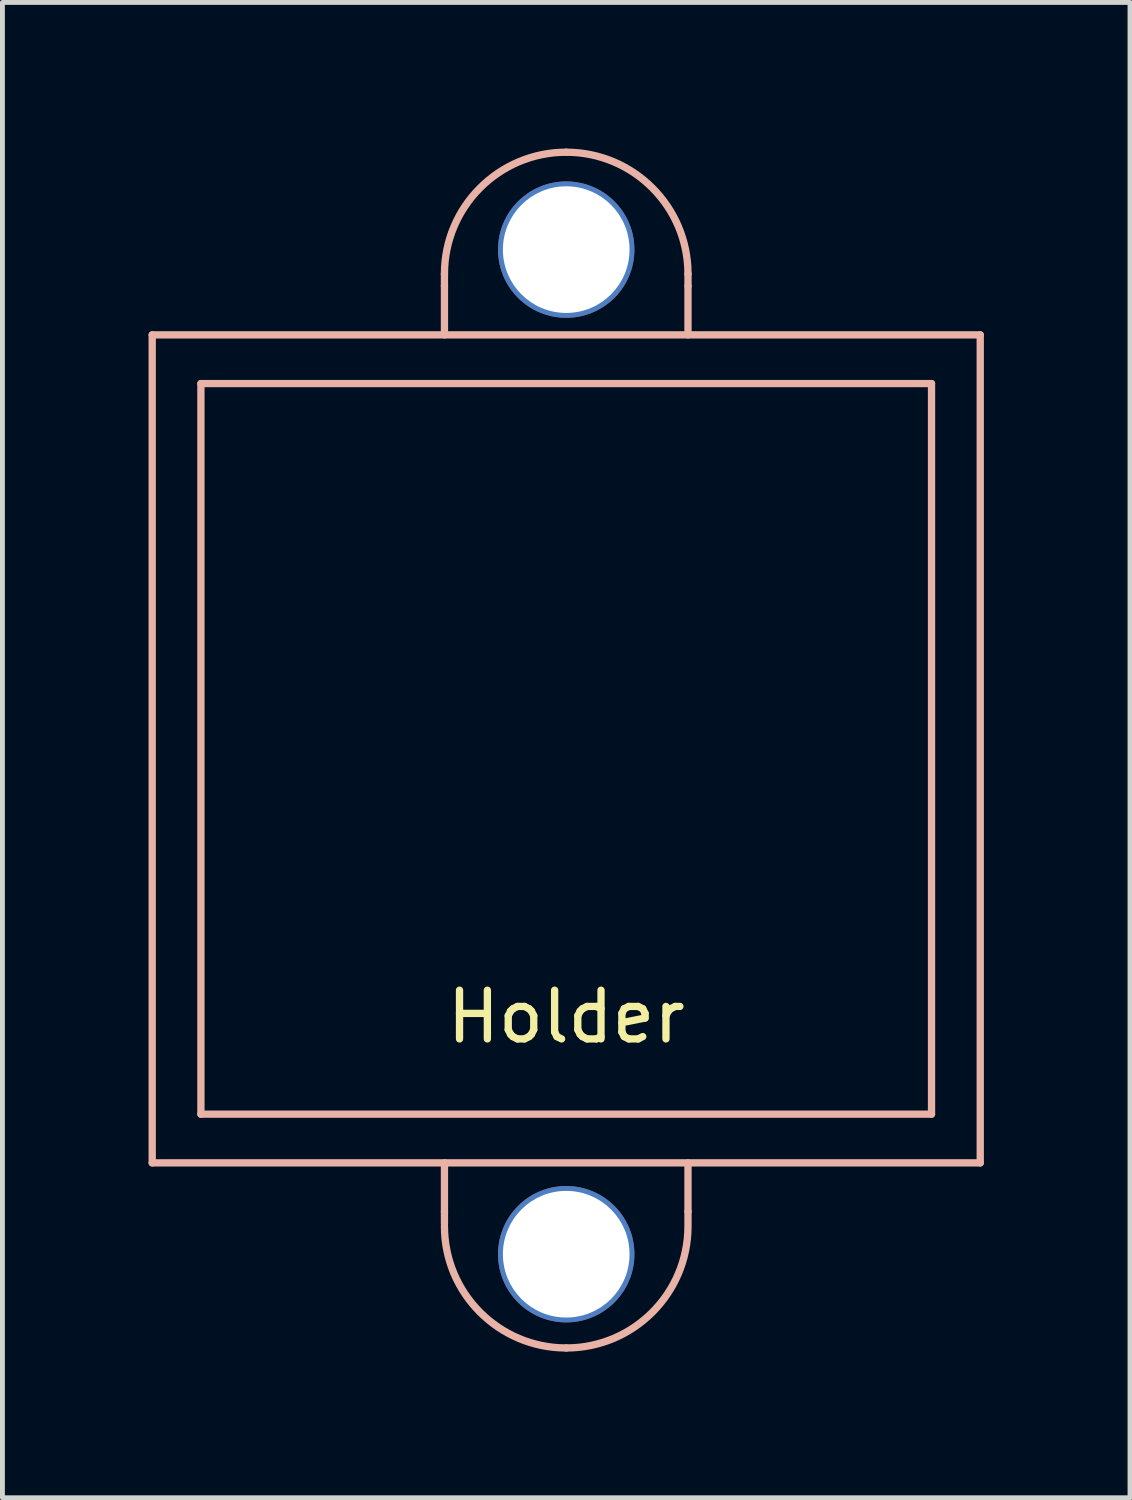
<source format=kicad_pcb>
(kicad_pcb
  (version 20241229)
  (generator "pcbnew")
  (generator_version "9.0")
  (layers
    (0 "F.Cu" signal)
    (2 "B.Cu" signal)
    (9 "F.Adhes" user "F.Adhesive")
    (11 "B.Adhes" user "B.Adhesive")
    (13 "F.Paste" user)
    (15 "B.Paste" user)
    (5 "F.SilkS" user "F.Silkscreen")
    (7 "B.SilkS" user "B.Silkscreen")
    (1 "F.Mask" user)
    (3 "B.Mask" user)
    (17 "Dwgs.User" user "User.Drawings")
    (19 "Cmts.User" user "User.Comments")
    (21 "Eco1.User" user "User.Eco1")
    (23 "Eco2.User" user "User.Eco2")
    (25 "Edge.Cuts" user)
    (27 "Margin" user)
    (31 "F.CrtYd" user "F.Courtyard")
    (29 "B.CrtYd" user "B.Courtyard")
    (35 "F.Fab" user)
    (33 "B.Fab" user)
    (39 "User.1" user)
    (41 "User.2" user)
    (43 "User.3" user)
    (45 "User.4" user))
  (footprint "Holder"
    (layer "F.Cu")
    (at 8.575 9.825)
    (property "Reference" "Holder" (at 0 8 0) (layer "F.SilkS") (effects (font (size 1 1) (thickness 0.15))))
    (attr through_hole)
    (fp_line (start -8.5 -6) (end -8.5 11) (stroke (width 0.15) (type solid)) (layer "B.SilkS"))
    (fp_line (start -8.5 11) (end 8.5 11) (stroke (width 0.15) (type solid)) (layer "B.SilkS"))
    (fp_line (start -7.5 -5) (end 7.5 -5) (stroke (width 0.15) (type solid)) (layer "B.SilkS"))
    (fp_line (start -7.5 10) (end -7.5 -5) (stroke (width 0.15) (type solid)) (layer "B.SilkS"))
    (fp_line (start -2.5 -7.25) (end -2.5 -7) (stroke (width 0.15) (type solid)) (layer "B.SilkS"))
    (fp_line (start -2.5 -6) (end -2.5 -7) (stroke (width 0.15) (type solid)) (layer "B.SilkS"))
    (fp_line (start -2.5 11) (end -2.5 12) (stroke (width 0.15) (type solid)) (layer "B.SilkS"))
    (fp_line (start -2.5 12.25) (end -2.5 12) (stroke (width 0.15) (type solid)) (layer "B.SilkS"))
    (fp_line (start 2.5 -7.25) (end 2.5 -7) (stroke (width 0.15) (type solid)) (layer "B.SilkS"))
    (fp_line (start 2.5 -6) (end 2.5 -7) (stroke (width 0.15) (type solid)) (layer "B.SilkS"))
    (fp_line (start 2.5 11) (end 2.5 12) (stroke (width 0.15) (type solid)) (layer "B.SilkS"))
    (fp_line (start 2.5 12.25) (end 2.5 12) (stroke (width 0.15) (type solid)) (layer "B.SilkS"))
    (fp_line (start 7.5 -5) (end 7.5 10) (stroke (width 0.15) (type solid)) (layer "B.SilkS"))
    (fp_line (start 7.5 10) (end -7.5 10) (stroke (width 0.15) (type solid)) (layer "B.SilkS"))
    (fp_line (start 8.5 -6) (end -8.5 -6) (stroke (width 0.15) (type solid)) (layer "B.SilkS"))
    (fp_line (start 8.5 11) (end 8.5 -6) (stroke (width 0.15) (type solid)) (layer "B.SilkS"))
    (fp_arc (start -2.5 -7.25) (mid -1.767767 -9.017767) (end 0 -9.75) (stroke (width 0.15) (type solid)) (layer "B.SilkS"))
    (fp_arc (start 0 -9.75) (mid 1.767767 -9.017767) (end 2.5 -7.25) (stroke (width 0.15) (type solid)) (layer "B.SilkS"))
    (fp_arc (start 0 14.8) (mid -1.767767 14.067767) (end -2.5 12.3) (stroke (width 0.15) (type solid)) (layer "B.SilkS"))
    (fp_arc (start 2.5 12.3) (mid 1.767767 14.067767) (end 0 14.8) (stroke (width 0.15) (type solid)) (layer "B.SilkS"))
    (pad "1" thru_hole circle (at 0 12.875) (size 2.8 2.8) (drill 2.6) (layers "*.Cu" "*.Mask"))
    (pad "2" thru_hole circle (at 0 -7.75) (size 2.8 2.8) (drill 2.6) (layers "*.Cu" "*.Mask")))
  (gr_rect
    (start -3 -3)
    (end 20.15 27.7)
    (stroke (width 0.1) (type default))
    (fill no)
    (layer "Edge.Cuts")))
</source>
